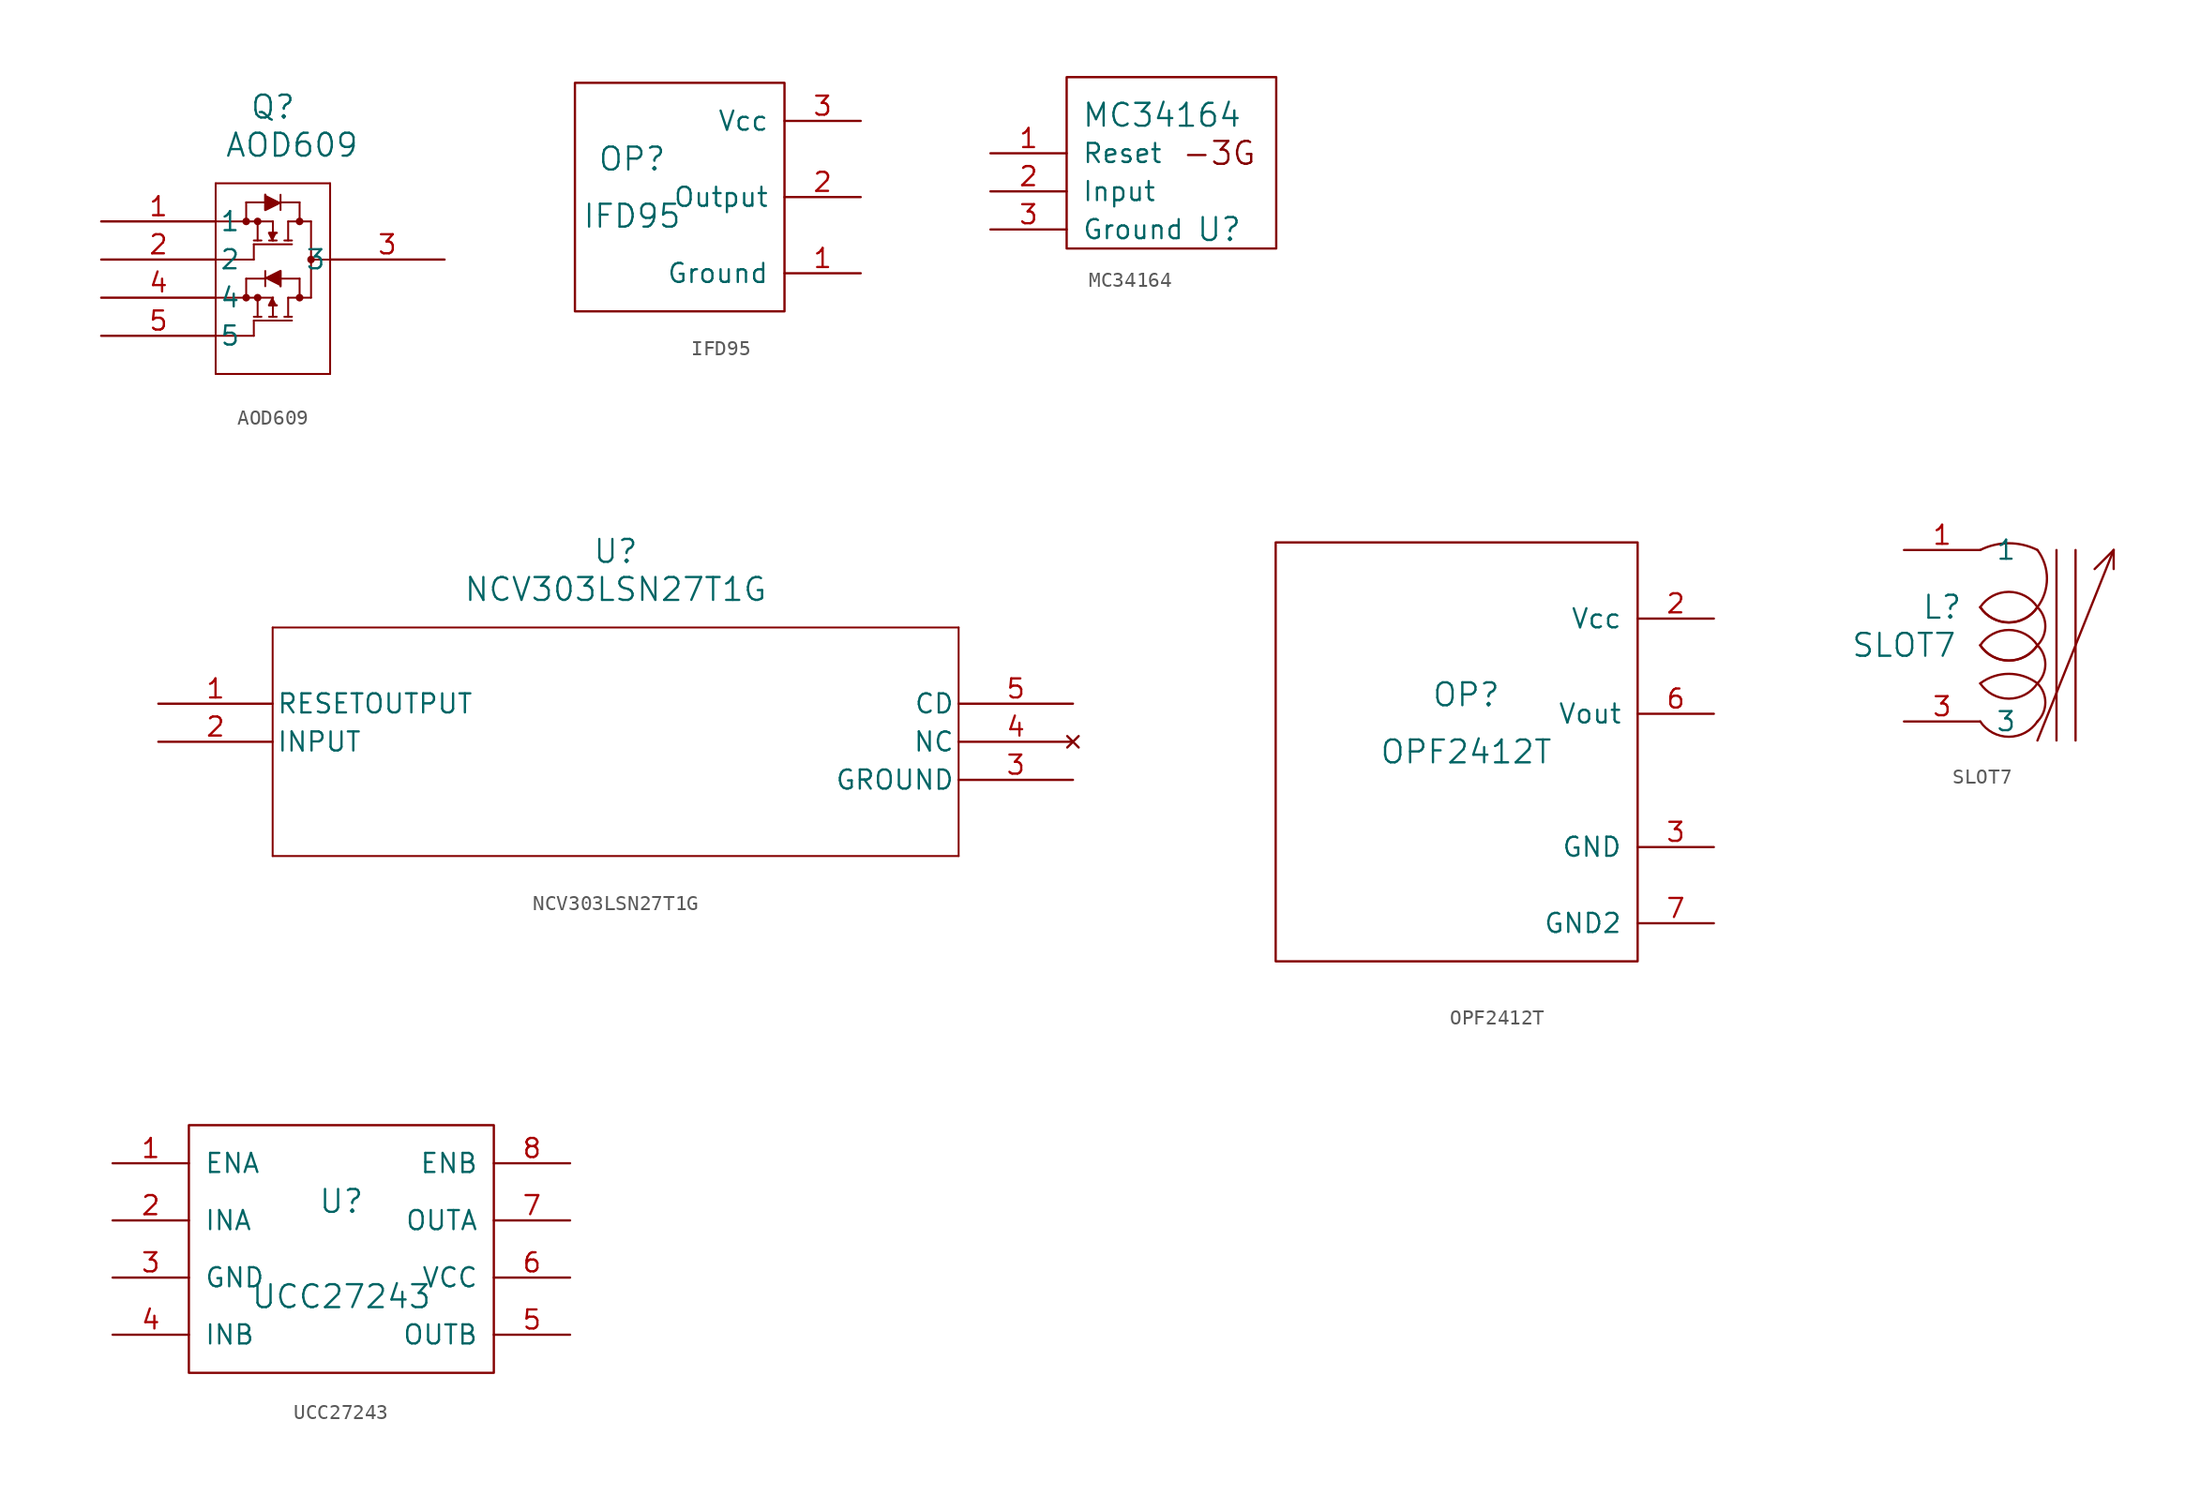
<source format=kicad_sym>
(kicad_symbol_lib
  (version 20220914)
  (generator kicad_symbol_editor)
  (symbol "AOD609"
    (pin_names
      (offset 0.254))
    (property "Reference" "Q"
      (at 11.43 7.62 0)
      (effects (font (size 1.524 1.524))))
    (property "Value" "AOD609"
      (at 12.7 5.08 0)
      (effects (font (size 1.524 1.524))))
    (symbol "AOD609_0_1"
      (polyline (pts (xy 7.62 2.54) (xy 7.62 -10.16)) (stroke (width 0.127) (type default) (color 0 0 0 0)) (fill (type none)))
      (polyline (pts (xy 7.62 -10.16) (xy 15.24 -10.16)) (stroke (width 0.127) (type default) (color 0 0 0 0)) (fill (type none)))
      (polyline (pts (xy 15.24 -10.16) (xy 15.24 2.54)) (stroke (width 0.127) (type default) (color 0 0 0 0)) (fill (type none)))
      (polyline (pts (xy 15.24 2.54) (xy 7.62 2.54)) (stroke (width 0.127) (type default) (color 0 0 0 0)) (fill (type none)))
      (polyline (pts (xy 10.16 -1.524) (xy 12.7 -1.524)) (stroke (width 0.127) (type default) (color 0 0 0 0)) (fill (type none)))
      (polyline (pts (xy 11.176 -1.27) (xy 11.684 -1.27)) (stroke (width 0.127) (type default) (color 0 0 0 0)) (fill (type none)))
      (polyline (pts (xy 10.16 -1.27) (xy 10.668 -1.27)) (stroke (width 0.127) (type default) (color 0 0 0 0)) (fill (type none)))
      (polyline (pts (xy 12.7 -1.27) (xy 12.192 -1.27)) (stroke (width 0.127) (type default) (color 0 0 0 0)) (fill (type none)))
      (polyline (pts (xy 11.43 -0.762) (xy 11.43 0)) (stroke (width 0.127) (type default) (color 0 0 0 0)) (fill (type none)))
      (polyline (pts (xy 10.414 -1.27) (xy 10.414 0)) (stroke (width 0.127) (type default) (color 0 0 0 0)) (fill (type none)))
      (polyline (pts (xy 12.446 -1.27) (xy 12.446 0)) (stroke (width 0.127) (type default) (color 0 0 0 0)) (fill (type none)))
      (polyline (pts (xy 11.43 0) (xy 7.62 0)) (stroke (width 0.127) (type default) (color 0 0 0 0)) (fill (type none)))
      (polyline (pts (xy 12.446 0) (xy 13.97 0)) (stroke (width 0.127) (type default) (color 0 0 0 0)) (fill (type none)))
      (circle (center 10.414 0) (radius 0.127) (stroke (width 0.254) (type default) (color 0 0 0 0)) (fill (type none)))
      (circle (center 9.652 0) (radius 0.127) (stroke (width 0.254) (type default) (color 0 0 0 0)) (fill (type none)))
      (circle (center 13.208 0) (radius 0.127) (stroke (width 0.254) (type default) (color 0 0 0 0)) (fill (type none)))
      (polyline (pts (xy 9.652 0) (xy 9.652 1.27)) (stroke (width 0.127) (type default) (color 0 0 0 0)) (fill (type none)))
      (polyline (pts (xy 13.208 0) (xy 13.208 1.27)) (stroke (width 0.127) (type default) (color 0 0 0 0)) (fill (type none)))
      (polyline (pts (xy 11.938 0.762) (xy 11.938 1.778)) (stroke (width 0.127) (type default) (color 0 0 0 0)) (fill (type none)))
      (polyline (pts (xy 9.652 1.27) (xy 10.922 1.27)) (stroke (width 0.127) (type default) (color 0 0 0 0)) (fill (type none)))
      (polyline (pts (xy 11.938 1.27) (xy 13.208 1.27)) (stroke (width 0.127) (type default) (color 0 0 0 0)) (fill (type none)))
      (polyline (pts (xy 7.62 -2.54) (xy 10.16 -2.54)) (stroke (width 0.127) (type default) (color 0 0 0 0)) (fill (type none)))
      (polyline (pts (xy 10.16 -2.54) (xy 10.16 -1.524)) (stroke (width 0.127) (type default) (color 0 0 0 0)) (fill (type none)))
      (polyline (pts (xy 10.16 -6.604) (xy 12.7 -6.604)) (stroke (width 0.127) (type default) (color 0 0 0 0)) (fill (type none)))
      (polyline (pts (xy 11.176 -6.35) (xy 11.684 -6.35)) (stroke (width 0.127) (type default) (color 0 0 0 0)) (fill (type none)))
      (polyline (pts (xy 10.16 -6.35) (xy 10.668 -6.35)) (stroke (width 0.127) (type default) (color 0 0 0 0)) (fill (type none)))
      (polyline (pts (xy 12.7 -6.35) (xy 12.192 -6.35)) (stroke (width 0.127) (type default) (color 0 0 0 0)) (fill (type none)))
      (polyline (pts (xy 11.43 -6.35) (xy 11.43 -5.588)) (stroke (width 0.127) (type default) (color 0 0 0 0)) (fill (type none)))
      (polyline (pts (xy 10.414 -6.35) (xy 10.414 -5.08)) (stroke (width 0.127) (type default) (color 0 0 0 0)) (fill (type none)))
      (polyline (pts (xy 12.446 -6.35) (xy 12.446 -5.08)) (stroke (width 0.127) (type default) (color 0 0 0 0)) (fill (type none)))
      (polyline (pts (xy 11.43 -5.08) (xy 7.62 -5.08)) (stroke (width 0.127) (type default) (color 0 0 0 0)) (fill (type none)))
      (polyline (pts (xy 12.446 -5.08) (xy 13.97 -5.08)) (stroke (width 0.127) (type default) (color 0 0 0 0)) (fill (type none)))
      (circle (center 10.414 -5.08) (radius 0.127) (stroke (width 0.254) (type default) (color 0 0 0 0)) (fill (type none)))
      (circle (center 9.652 -5.08) (radius 0.127) (stroke (width 0.254) (type default) (color 0 0 0 0)) (fill (type none)))
      (circle (center 13.208 -5.08) (radius 0.127) (stroke (width 0.254) (type default) (color 0 0 0 0)) (fill (type none)))
      (polyline (pts (xy 9.652 -5.08) (xy 9.652 -3.81)) (stroke (width 0.127) (type default) (color 0 0 0 0)) (fill (type none)))
      (polyline (pts (xy 13.208 -5.08) (xy 13.208 -3.81)) (stroke (width 0.127) (type default) (color 0 0 0 0)) (fill (type none)))
      (polyline (pts (xy 10.922 -3.302) (xy 10.922 -4.318)) (stroke (width 0.127) (type default) (color 0 0 0 0)) (fill (type none)))
      (polyline (pts (xy 9.652 -3.81) (xy 10.922 -3.81)) (stroke (width 0.127) (type default) (color 0 0 0 0)) (fill (type none)))
      (polyline (pts (xy 11.938 -3.81) (xy 13.208 -3.81)) (stroke (width 0.127) (type default) (color 0 0 0 0)) (fill (type none)))
      (polyline (pts (xy 7.62 -7.62) (xy 10.16 -7.62)) (stroke (width 0.127) (type default) (color 0 0 0 0)) (fill (type none)))
      (polyline (pts (xy 10.16 -7.62) (xy 10.16 -6.604)) (stroke (width 0.127) (type default) (color 0 0 0 0)) (fill (type none)))
      (polyline (pts (xy 13.97 0) (xy 13.97 -5.08)) (stroke (width 0.127) (type default) (color 0 0 0 0)) (fill (type none)))
      (polyline (pts (xy 13.97 -2.54) (xy 15.24 -2.54)) (stroke (width 0.127) (type default) (color 0 0 0 0)) (fill (type none)))
      (circle (center 13.97 -2.54) (radius 0.127) (stroke (width 0.254) (type default) (color 0 0 0 0)) (fill (type none)))
      (polyline (pts (xy 11.43 -1.27) (xy 11.176 -0.762) (xy 11.684 -0.762)) (stroke (width 0) (type default) (color 0 0 0 0)) (fill (type outline)))
      (polyline (pts (xy 11.938 1.27) (xy 10.922 0.762) (xy 10.922 1.778)) (stroke (width 0) (type default) (color 0 0 0 0)) (fill (type outline)))
      (polyline (pts (xy 11.43 -5.08) (xy 11.176 -5.588) (xy 11.684 -5.588)) (stroke (width 0) (type default) (color 0 0 0 0)) (fill (type outline)))
      (polyline (pts (xy 10.922 -3.81) (xy 11.938 -3.302) (xy 11.938 -4.318)) (stroke (width 0) (type default) (color 0 0 0 0)) (fill (type outline)))
      (pin unspecified line (at 0 0 0) (length 7.62) (name "1" (effects (font (size 1.27 1.27)))) (number "1" (effects (font (size 1.27 1.27)))))
      (pin unspecified line (at 0 -2.54 0) (length 7.62) (name "2" (effects (font (size 1.27 1.27)))) (number "2" (effects (font (size 1.27 1.27)))))
      (pin unspecified line (at 22.86 -2.54 180) (length 7.62) (name "3" (effects (font (size 1.27 1.27)))) (number "3" (effects (font (size 1.27 1.27)))))
      (pin unspecified line (at 0 -5.08 0) (length 7.62) (name "4" (effects (font (size 1.27 1.27)))) (number "4" (effects (font (size 1.27 1.27)))))
      (pin unspecified line (at 0 -7.62 0) (length 7.62) (name "5" (effects (font (size 1.27 1.27)))) (number "5" (effects (font (size 1.27 1.27)))))))
  (symbol "IFD95"
    (pin_names
      (offset 1.016))
    (property "Reference" "OP"
      (at 0 3.81 0)
      (effects (font (size 1.524 1.524))))
    (property "Value" "IFD95"
      (at 0 0 0)
      (effects (font (size 1.524 1.524))))
    (symbol "IFD95_0_1"
      (polyline (pts (xy 10.16 8.89) (xy 10.16 -6.35) (xy -3.81 -6.35) (xy -3.81 8.89) (xy 10.16 8.89)) (stroke (width 0) (type solid)) (fill (type none))))
    (symbol "IFD95_1_1"
      (pin input line (at 15.24 -3.81 180) (length 5.08) (name "Ground" (effects (font (size 1.27 1.27)))) (number "1" (effects (font (size 1.27 1.27)))))
      (pin input line (at 15.24 1.27 180) (length 5.08) (name "Output" (effects (font (size 1.27 1.27)))) (number "2" (effects (font (size 1.27 1.27)))))
      (pin input line (at 15.24 6.35 180) (length 5.08) (name "Vcc" (effects (font (size 1.27 1.27)))) (number "3" (effects (font (size 1.27 1.27)))))))
  (symbol "MC34164"
    (pin_names
      (offset 1.016))
    (property "Reference" "U"
      (at 1.27 -2.54 0)
      (effects (font (size 1.524 1.524))))
    (property "Value" "MC34164"
      (at -2.54 5.08 0)
      (effects (font (size 1.524 1.524))))
    (symbol "MC34164_0_0"
      (polyline (pts (xy -8.89 6.35) (xy -8.89 -3.81) (xy 5.08 -3.81) (xy 5.08 6.35) (xy 5.08 7.62) (xy -8.89 7.62) (xy -8.89 6.35)) (stroke (width 0) (type solid)) (fill (type none)))
      (text "-3G" (at 1.27 2.54 0) (effects (font (size 1.524 1.524)))))
    (symbol "MC34164_1_1"
      (pin input line (at -13.97 2.54 0) (length 5.08) (name "Reset" (effects (font (size 1.27 1.27)))) (number "1" (effects (font (size 1.27 1.27)))))
      (pin input line (at -13.97 0 0) (length 5.08) (name "Input" (effects (font (size 1.27 1.27)))) (number "2" (effects (font (size 1.27 1.27)))))
      (pin input line (at -13.97 -2.54 0) (length 5.08) (name "Ground" (effects (font (size 1.27 1.27)))) (number "3" (effects (font (size 1.27 1.27)))))))
  (symbol "NCV303LSN27T1G"
    (pin_names
      (offset 0.254))
    (property "Reference" "U"
      (at 30.48 10.16 0)
      (effects (font (size 1.524 1.524))))
    (property "Value" "NCV303LSN27T1G"
      (at 30.48 7.62 0)
      (effects (font (size 1.524 1.524))))
    (symbol "NCV303LSN27T1G_0_1"
      (polyline (pts (xy 7.62 5.08) (xy 7.62 -10.16)) (stroke (width 0.127) (type default) (color 0 0 0 0)) (fill (type none)))
      (polyline (pts (xy 7.62 -10.16) (xy 53.34 -10.16)) (stroke (width 0.127) (type default) (color 0 0 0 0)) (fill (type none)))
      (polyline (pts (xy 53.34 -10.16) (xy 53.34 5.08)) (stroke (width 0.127) (type default) (color 0 0 0 0)) (fill (type none)))
      (polyline (pts (xy 53.34 5.08) (xy 7.62 5.08)) (stroke (width 0.127) (type default) (color 0 0 0 0)) (fill (type none)))
      (pin output line (at 0 0 0) (length 7.62) (name "RESETOUTPUT" (effects (font (size 1.27 1.27)))) (number "1" (effects (font (size 1.27 1.27)))))
      (pin input line (at 0 -2.54 0) (length 7.62) (name "INPUT" (effects (font (size 1.27 1.27)))) (number "2" (effects (font (size 1.27 1.27)))))
      (pin power_in line (at 60.96 -5.08 180) (length 7.62) (name "GROUND" (effects (font (size 1.27 1.27)))) (number "3" (effects (font (size 1.27 1.27)))))
      (pin no_connect line (at 60.96 -2.54 180) (length 7.62) (name "NC" (effects (font (size 1.27 1.27)))) (number "4" (effects (font (size 1.27 1.27)))))
      (pin unspecified line (at 60.96 0 180) (length 7.62) (name "CD" (effects (font (size 1.27 1.27)))) (number "5" (effects (font (size 1.27 1.27)))))))
  (symbol "OPF2412T"
    (pin_names
      (offset 1.016))
    (property "Reference" "OP"
      (at 0 3.81 0)
      (effects (font (size 1.524 1.524))))
    (property "Value" "OPF2412T"
      (at 0 0 0)
      (effects (font (size 1.524 1.524))))
    (symbol "OPF2412T_0_1"
      (polyline (pts (xy -12.7 13.97) (xy 11.43 13.97) (xy 11.43 -13.97) (xy -12.7 -13.97) (xy -12.7 13.97)) (stroke (width 0) (type solid)) (fill (type none))))
    (symbol "OPF2412T_1_1"
      (pin input line (at 16.51 8.89 180) (length 5.08) (name "Vcc" (effects (font (size 1.27 1.27)))) (number "2" (effects (font (size 1.27 1.27)))))
      (pin input line (at 16.51 -6.35 180) (length 5.08) (name "GND" (effects (font (size 1.27 1.27)))) (number "3" (effects (font (size 1.27 1.27)))))
      (pin input line (at 16.51 2.54 180) (length 5.08) (name "Vout" (effects (font (size 1.27 1.27)))) (number "6" (effects (font (size 1.27 1.27)))))
      (pin input line (at 16.51 -11.43 180) (length 5.08) (name "GND2" (effects (font (size 1.27 1.27)))) (number "7" (effects (font (size 1.27 1.27)))))))
  (symbol "SLOT7"
    (pin_names
      (offset 1.016))
    (property "Reference" "L"
      (at -1.27 2.54 0)
      (effects (font (size 1.524 1.524))))
    (property "Value" "SLOT7"
      (at -3.81 0 0)
      (effects (font (size 1.524 1.524))))
    (symbol "SLOT7_0_1"
      (polyline (pts (xy 5.08 -6.35) (xy 10.16 6.35)) (stroke (width 0) (type solid)) (fill (type none)))
      (polyline (pts (xy 6.35 6.35) (xy 6.35 -6.35)) (stroke (width 0) (type solid)) (fill (type none)))
      (polyline (pts (xy 7.62 6.35) (xy 7.62 -6.35)) (stroke (width 0) (type solid)) (fill (type none)))
      (polyline (pts (xy 8.89 5.08) (xy 10.16 6.35)) (stroke (width 0) (type solid)) (fill (type none)))
      (polyline (pts (xy 10.16 6.35) (xy 10.16 5.08)) (stroke (width 0) (type solid)) (fill (type none)))
      (arc (start 1.27 -5.08) (mid 3.175 -6.0995) (end 5.08 -5.08) (stroke (width 0) (type solid)) (fill (type none)))
      (arc (start 1.27 -2.54) (mid 3.175 -3.5595) (end 5.08 -2.54) (stroke (width 0) (type solid)) (fill (type none)))
      (arc (start 1.27 0) (mid 3.175 -1.0195) (end 5.08 0) (stroke (width 0) (type solid)) (fill (type none)))
      (arc (start 1.27 0) (mid 3.175 -1.0195) (end 5.08 0) (stroke (width 0) (type solid)) (fill (type none)))
      (arc (start 1.27 2.54) (mid 3.175 1.5205) (end 5.08 2.54) (stroke (width 0) (type solid)) (fill (type none)))
      (arc (start 1.27 2.54) (mid 3.175 1.5205) (end 5.08 2.54) (stroke (width 0) (type solid)) (fill (type none)))
      (arc (start 5.08 -5.08) (mid 5.6061 -3.81) (end 5.08 -2.54) (stroke (width 0) (type solid)) (fill (type none)))
      (arc (start 5.08 -2.54) (mid 3.175 -1.905) (end 1.27 -2.54) (stroke (width 0) (type solid)) (fill (type none)))
      (arc (start 5.08 -2.54) (mid 5.6061 -1.27) (end 5.08 0) (stroke (width 0) (type solid)) (fill (type none)))
      (arc (start 5.08 0) (mid 3.175 1.0195) (end 1.27 0) (stroke (width 0) (type solid)) (fill (type none)))
      (arc (start 5.08 0) (mid 5.6061 1.27) (end 5.08 2.54) (stroke (width 0) (type solid)) (fill (type none)))
      (arc (start 5.08 2.54) (mid 3.175 3.5595) (end 1.27 2.54) (stroke (width 0) (type solid)) (fill (type none)))
      (arc (start 5.08 2.54) (mid 5.715 4.445) (end 5.08 6.35) (stroke (width 0) (type solid)) (fill (type none)))
      (arc (start 5.08 6.35) (mid 3.175 6.7997) (end 1.27 6.35) (stroke (width 0) (type solid)) (fill (type none))))
    (symbol "SLOT7_1_1"
      (pin input line (at -3.81 6.35 0) (length 5.08) (name "1" (effects (font (size 1.27 1.27)))) (number "1" (effects (font (size 1.27 1.27)))))
      (pin input line (at -3.81 -5.08 0) (length 5.08) (name "3" (effects (font (size 1.27 1.27)))) (number "3" (effects (font (size 1.27 1.27)))))))
  (symbol "UCC27243"
    (pin_names
      (offset 1.016))
    (property "Reference" "U"
      (at 0 2.54 0)
      (effects (font (size 1.524 1.524))))
    (property "Value" "UCC27243"
      (at 0 -3.81 0)
      (effects (font (size 1.524 1.524))))
    (symbol "UCC27243_0_1"
      (polyline (pts (xy -10.16 7.62) (xy 10.16 7.62) (xy 10.16 -8.89) (xy -10.16 -8.89) (xy -10.16 7.62)) (stroke (width 0) (type solid)) (fill (type none))))
    (symbol "UCC27243_1_1"
      (pin input line (at -15.24 5.08 0) (length 5.08) (name "ENA" (effects (font (size 1.27 1.27)))) (number "1" (effects (font (size 1.27 1.27)))))
      (pin input line (at -15.24 1.27 0) (length 5.08) (name "INA" (effects (font (size 1.27 1.27)))) (number "2" (effects (font (size 1.27 1.27)))))
      (pin input line (at -15.24 -2.54 0) (length 5.08) (name "GND" (effects (font (size 1.27 1.27)))) (number "3" (effects (font (size 1.27 1.27)))))
      (pin input line (at -15.24 -6.35 0) (length 5.08) (name "INB" (effects (font (size 1.27 1.27)))) (number "4" (effects (font (size 1.27 1.27)))))
      (pin input line (at 15.24 -6.35 180) (length 5.08) (name "OUTB" (effects (font (size 1.27 1.27)))) (number "5" (effects (font (size 1.27 1.27)))))
      (pin input line (at 15.24 -2.54 180) (length 5.08) (name "VCC" (effects (font (size 1.27 1.27)))) (number "6" (effects (font (size 1.27 1.27)))))
      (pin input line (at 15.24 1.27 180) (length 5.08) (name "OUTA" (effects (font (size 1.27 1.27)))) (number "7" (effects (font (size 1.27 1.27)))))
      (pin input line (at 15.24 5.08 180) (length 5.08) (name "ENB" (effects (font (size 1.27 1.27)))) (number "8" (effects (font (size 1.27 1.27))))))))
</source>
